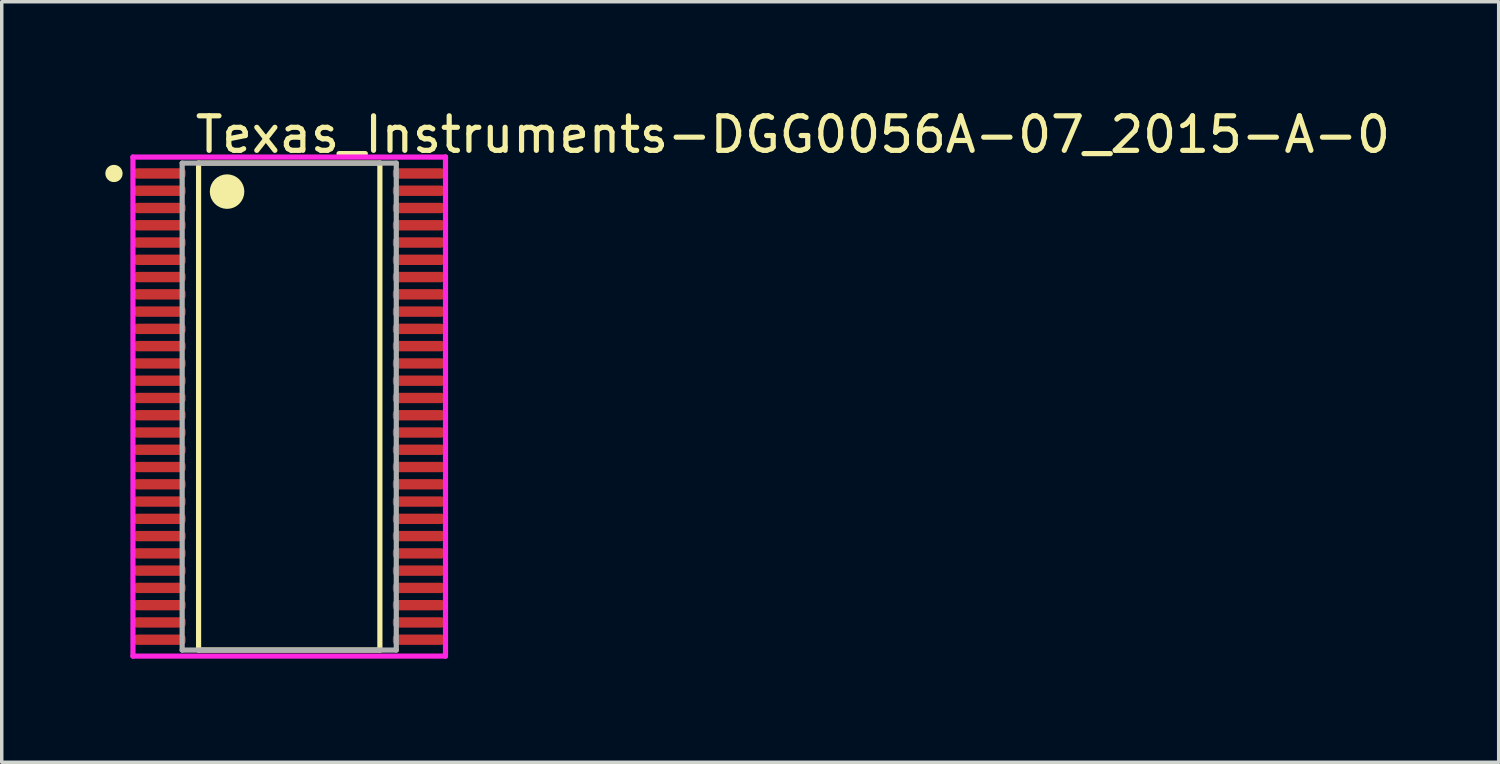
<source format=kicad_pcb>
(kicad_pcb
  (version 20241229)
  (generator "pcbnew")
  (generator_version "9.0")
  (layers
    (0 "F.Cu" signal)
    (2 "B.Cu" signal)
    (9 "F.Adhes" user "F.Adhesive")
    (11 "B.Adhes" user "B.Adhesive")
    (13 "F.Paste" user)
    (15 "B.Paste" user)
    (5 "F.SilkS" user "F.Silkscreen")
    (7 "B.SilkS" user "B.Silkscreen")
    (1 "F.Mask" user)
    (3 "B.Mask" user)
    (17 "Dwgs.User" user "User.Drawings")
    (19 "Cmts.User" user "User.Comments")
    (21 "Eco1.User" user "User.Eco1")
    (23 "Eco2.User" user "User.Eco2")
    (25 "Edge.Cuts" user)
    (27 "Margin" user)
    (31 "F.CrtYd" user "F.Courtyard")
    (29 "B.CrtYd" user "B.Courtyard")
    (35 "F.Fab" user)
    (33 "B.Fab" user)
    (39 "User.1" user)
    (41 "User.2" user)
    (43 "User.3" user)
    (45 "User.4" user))
  (footprint "Texas_Instruments-DGG0056A-07_2015-A-0"
    (layer "F.Cu")
    (at 5.325 8.723)
    (property "Reference" "Texas_Instruments-DGG0056A-07_2015-A-0" (at -2.8 -7.875 0) (layer "F.SilkS") (effects (font (size 1 1) (thickness 0.15)) (justify left)))
    (attr through_hole)
    (fp_line (start -2.625 -7.05) (end 2.625 -7.05) (stroke (width 0.15) (type solid)) (layer "F.SilkS"))
    (fp_line (start -2.625 7.05) (end -2.625 -7.05) (stroke (width 0.15) (type solid)) (layer "F.SilkS"))
    (fp_line (start 2.625 -7.05) (end 2.625 7.05) (stroke (width 0.15) (type solid)) (layer "F.SilkS"))
    (fp_line (start 2.625 7.05) (end -2.625 7.05) (stroke (width 0.15) (type solid)) (layer "F.SilkS"))
    (fp_circle (center -5.075 -6.75) (end -4.95 -6.75) (stroke (width 0.25) (type solid)) (fill no) (layer "F.SilkS"))
    (fp_circle (center -1.8 -6.225) (end -1.55 -6.225) (stroke (width 0.5) (type solid)) (fill no) (layer "F.SilkS"))
    (fp_line (start -4.525 -7.225) (end -4.525 7.225) (stroke (width 0.15) (type solid)) (layer "F.CrtYd"))
    (fp_line (start -4.525 7.225) (end 4.525 7.225) (stroke (width 0.15) (type solid)) (layer "F.CrtYd"))
    (fp_line (start 4.525 -7.225) (end -4.525 -7.225) (stroke (width 0.15) (type solid)) (layer "F.CrtYd"))
    (fp_line (start 4.525 -7.225) (end 4.525 -7.225) (stroke (width 0.15) (type solid)) (layer "F.CrtYd"))
    (fp_line (start 4.525 7.225) (end 4.525 -7.225) (stroke (width 0.15) (type solid)) (layer "F.CrtYd"))
    (fp_line (start -3.1 -7.05) (end 3.1 -7.05) (stroke (width 0.15) (type solid)) (layer "F.Fab"))
    (fp_line (start -3.1 7.05) (end -3.1 -7.05) (stroke (width 0.15) (type solid)) (layer "F.Fab"))
    (fp_line (start 3.1 -7.05) (end 3.1 7.05) (stroke (width 0.15) (type solid)) (layer "F.Fab"))
    (fp_line (start 3.1 7.05) (end -3.1 7.05) (stroke (width 0.15) (type solid)) (layer "F.Fab"))
    (pad "1" smd roundrect (at -3.75 -6.75) (size 1.5 0.3) (layers "F.Cu" "F.Mask" "F.Paste") (roundrect_rratio 0.333))
    (pad "2" smd roundrect (at -3.75 -6.25) (size 1.5 0.3) (layers "F.Cu" "F.Mask" "F.Paste") (roundrect_rratio 0.333))
    (pad "3" smd roundrect (at -3.75 -5.75) (size 1.5 0.3) (layers "F.Cu" "F.Mask" "F.Paste") (roundrect_rratio 0.333))
    (pad "4" smd roundrect (at -3.75 -5.25) (size 1.5 0.3) (layers "F.Cu" "F.Mask" "F.Paste") (roundrect_rratio 0.333))
    (pad "5" smd roundrect (at -3.75 -4.75) (size 1.5 0.3) (layers "F.Cu" "F.Mask" "F.Paste") (roundrect_rratio 0.333))
    (pad "6" smd roundrect (at -3.75 -4.25) (size 1.5 0.3) (layers "F.Cu" "F.Mask" "F.Paste") (roundrect_rratio 0.333))
    (pad "7" smd roundrect (at -3.75 -3.75) (size 1.5 0.3) (layers "F.Cu" "F.Mask" "F.Paste") (roundrect_rratio 0.333))
    (pad "8" smd roundrect (at -3.75 -3.25) (size 1.5 0.3) (layers "F.Cu" "F.Mask" "F.Paste") (roundrect_rratio 0.333))
    (pad "9" smd roundrect (at -3.75 -2.75) (size 1.5 0.3) (layers "F.Cu" "F.Mask" "F.Paste") (roundrect_rratio 0.333))
    (pad "10" smd roundrect (at -3.75 -2.25) (size 1.5 0.3) (layers "F.Cu" "F.Mask" "F.Paste") (roundrect_rratio 0.333))
    (pad "11" smd roundrect (at -3.75 -1.75) (size 1.5 0.3) (layers "F.Cu" "F.Mask" "F.Paste") (roundrect_rratio 0.333))
    (pad "12" smd roundrect (at -3.75 -1.25) (size 1.5 0.3) (layers "F.Cu" "F.Mask" "F.Paste") (roundrect_rratio 0.333))
    (pad "13" smd roundrect (at -3.75 -0.75) (size 1.5 0.3) (layers "F.Cu" "F.Mask" "F.Paste") (roundrect_rratio 0.333))
    (pad "14" smd roundrect (at -3.75 -0.25) (size 1.5 0.3) (layers "F.Cu" "F.Mask" "F.Paste") (roundrect_rratio 0.333))
    (pad "15" smd roundrect (at -3.75 0.25) (size 1.5 0.3) (layers "F.Cu" "F.Mask" "F.Paste") (roundrect_rratio 0.333))
    (pad "16" smd roundrect (at -3.75 0.75) (size 1.5 0.3) (layers "F.Cu" "F.Mask" "F.Paste") (roundrect_rratio 0.333))
    (pad "17" smd roundrect (at -3.75 1.25) (size 1.5 0.3) (layers "F.Cu" "F.Mask" "F.Paste") (roundrect_rratio 0.333))
    (pad "18" smd roundrect (at -3.75 1.75) (size 1.5 0.3) (layers "F.Cu" "F.Mask" "F.Paste") (roundrect_rratio 0.333))
    (pad "19" smd roundrect (at -3.75 2.25) (size 1.5 0.3) (layers "F.Cu" "F.Mask" "F.Paste") (roundrect_rratio 0.333))
    (pad "20" smd roundrect (at -3.75 2.75) (size 1.5 0.3) (layers "F.Cu" "F.Mask" "F.Paste") (roundrect_rratio 0.333))
    (pad "21" smd roundrect (at -3.75 3.25) (size 1.5 0.3) (layers "F.Cu" "F.Mask" "F.Paste") (roundrect_rratio 0.333))
    (pad "22" smd roundrect (at -3.75 3.75) (size 1.5 0.3) (layers "F.Cu" "F.Mask" "F.Paste") (roundrect_rratio 0.333))
    (pad "23" smd roundrect (at -3.75 4.25) (size 1.5 0.3) (layers "F.Cu" "F.Mask" "F.Paste") (roundrect_rratio 0.333))
    (pad "24" smd roundrect (at -3.75 4.75) (size 1.5 0.3) (layers "F.Cu" "F.Mask" "F.Paste") (roundrect_rratio 0.333))
    (pad "25" smd roundrect (at -3.75 5.25) (size 1.5 0.3) (layers "F.Cu" "F.Mask" "F.Paste") (roundrect_rratio 0.333))
    (pad "26" smd roundrect (at -3.75 5.75) (size 1.5 0.3) (layers "F.Cu" "F.Mask" "F.Paste") (roundrect_rratio 0.333))
    (pad "27" smd roundrect (at -3.75 6.25) (size 1.5 0.3) (layers "F.Cu" "F.Mask" "F.Paste") (roundrect_rratio 0.333))
    (pad "28" smd roundrect (at -3.75 6.75) (size 1.5 0.3) (layers "F.Cu" "F.Mask" "F.Paste") (roundrect_rratio 0.333))
    (pad "29" smd roundrect (at 3.75 6.75) (size 1.5 0.3) (layers "F.Cu" "F.Mask" "F.Paste") (roundrect_rratio 0.333))
    (pad "30" smd roundrect (at 3.75 6.25) (size 1.5 0.3) (layers "F.Cu" "F.Mask" "F.Paste") (roundrect_rratio 0.333))
    (pad "31" smd roundrect (at 3.75 5.75) (size 1.5 0.3) (layers "F.Cu" "F.Mask" "F.Paste") (roundrect_rratio 0.333))
    (pad "32" smd roundrect (at 3.75 5.25) (size 1.5 0.3) (layers "F.Cu" "F.Mask" "F.Paste") (roundrect_rratio 0.333))
    (pad "33" smd roundrect (at 3.75 4.75) (size 1.5 0.3) (layers "F.Cu" "F.Mask" "F.Paste") (roundrect_rratio 0.333))
    (pad "34" smd roundrect (at 3.75 4.25) (size 1.5 0.3) (layers "F.Cu" "F.Mask" "F.Paste") (roundrect_rratio 0.333))
    (pad "35" smd roundrect (at 3.75 3.75) (size 1.5 0.3) (layers "F.Cu" "F.Mask" "F.Paste") (roundrect_rratio 0.333))
    (pad "36" smd roundrect (at 3.75 3.25) (size 1.5 0.3) (layers "F.Cu" "F.Mask" "F.Paste") (roundrect_rratio 0.333))
    (pad "37" smd roundrect (at 3.75 2.75) (size 1.5 0.3) (layers "F.Cu" "F.Mask" "F.Paste") (roundrect_rratio 0.333))
    (pad "38" smd roundrect (at 3.75 2.25) (size 1.5 0.3) (layers "F.Cu" "F.Mask" "F.Paste") (roundrect_rratio 0.333))
    (pad "39" smd roundrect (at 3.75 1.75) (size 1.5 0.3) (layers "F.Cu" "F.Mask" "F.Paste") (roundrect_rratio 0.333))
    (pad "40" smd roundrect (at 3.75 1.25) (size 1.5 0.3) (layers "F.Cu" "F.Mask" "F.Paste") (roundrect_rratio 0.333))
    (pad "41" smd roundrect (at 3.75 0.75) (size 1.5 0.3) (layers "F.Cu" "F.Mask" "F.Paste") (roundrect_rratio 0.333))
    (pad "42" smd roundrect (at 3.75 0.25) (size 1.5 0.3) (layers "F.Cu" "F.Mask" "F.Paste") (roundrect_rratio 0.333))
    (pad "43" smd roundrect (at 3.75 -0.25) (size 1.5 0.3) (layers "F.Cu" "F.Mask" "F.Paste") (roundrect_rratio 0.333))
    (pad "44" smd roundrect (at 3.75 -0.75) (size 1.5 0.3) (layers "F.Cu" "F.Mask" "F.Paste") (roundrect_rratio 0.333))
    (pad "45" smd roundrect (at 3.75 -1.25) (size 1.5 0.3) (layers "F.Cu" "F.Mask" "F.Paste") (roundrect_rratio 0.333))
    (pad "46" smd roundrect (at 3.75 -1.75) (size 1.5 0.3) (layers "F.Cu" "F.Mask" "F.Paste") (roundrect_rratio 0.333))
    (pad "47" smd roundrect (at 3.75 -2.25) (size 1.5 0.3) (layers "F.Cu" "F.Mask" "F.Paste") (roundrect_rratio 0.333))
    (pad "48" smd roundrect (at 3.75 -2.75) (size 1.5 0.3) (layers "F.Cu" "F.Mask" "F.Paste") (roundrect_rratio 0.333))
    (pad "49" smd roundrect (at 3.75 -3.25) (size 1.5 0.3) (layers "F.Cu" "F.Mask" "F.Paste") (roundrect_rratio 0.333))
    (pad "50" smd roundrect (at 3.75 -3.75) (size 1.5 0.3) (layers "F.Cu" "F.Mask" "F.Paste") (roundrect_rratio 0.333))
    (pad "51" smd roundrect (at 3.75 -4.25) (size 1.5 0.3) (layers "F.Cu" "F.Mask" "F.Paste") (roundrect_rratio 0.333))
    (pad "52" smd roundrect (at 3.75 -4.75) (size 1.5 0.3) (layers "F.Cu" "F.Mask" "F.Paste") (roundrect_rratio 0.333))
    (pad "53" smd roundrect (at 3.75 -5.25) (size 1.5 0.3) (layers "F.Cu" "F.Mask" "F.Paste") (roundrect_rratio 0.333))
    (pad "54" smd roundrect (at 3.75 -5.75) (size 1.5 0.3) (layers "F.Cu" "F.Mask" "F.Paste") (roundrect_rratio 0.333))
    (pad "55" smd roundrect (at 3.75 -6.25) (size 1.5 0.3) (layers "F.Cu" "F.Mask" "F.Paste") (roundrect_rratio 0.333))
    (pad "56" smd roundrect (at 3.75 -6.75) (size 1.5 0.3) (layers "F.Cu" "F.Mask" "F.Paste") (roundrect_rratio 0.333)))
  (gr_rect
    (start -3 -3)
    (end 40.346 19.023)
    (stroke (width 0.1) (type default))
    (fill no)
    (layer "Edge.Cuts")))
</source>
